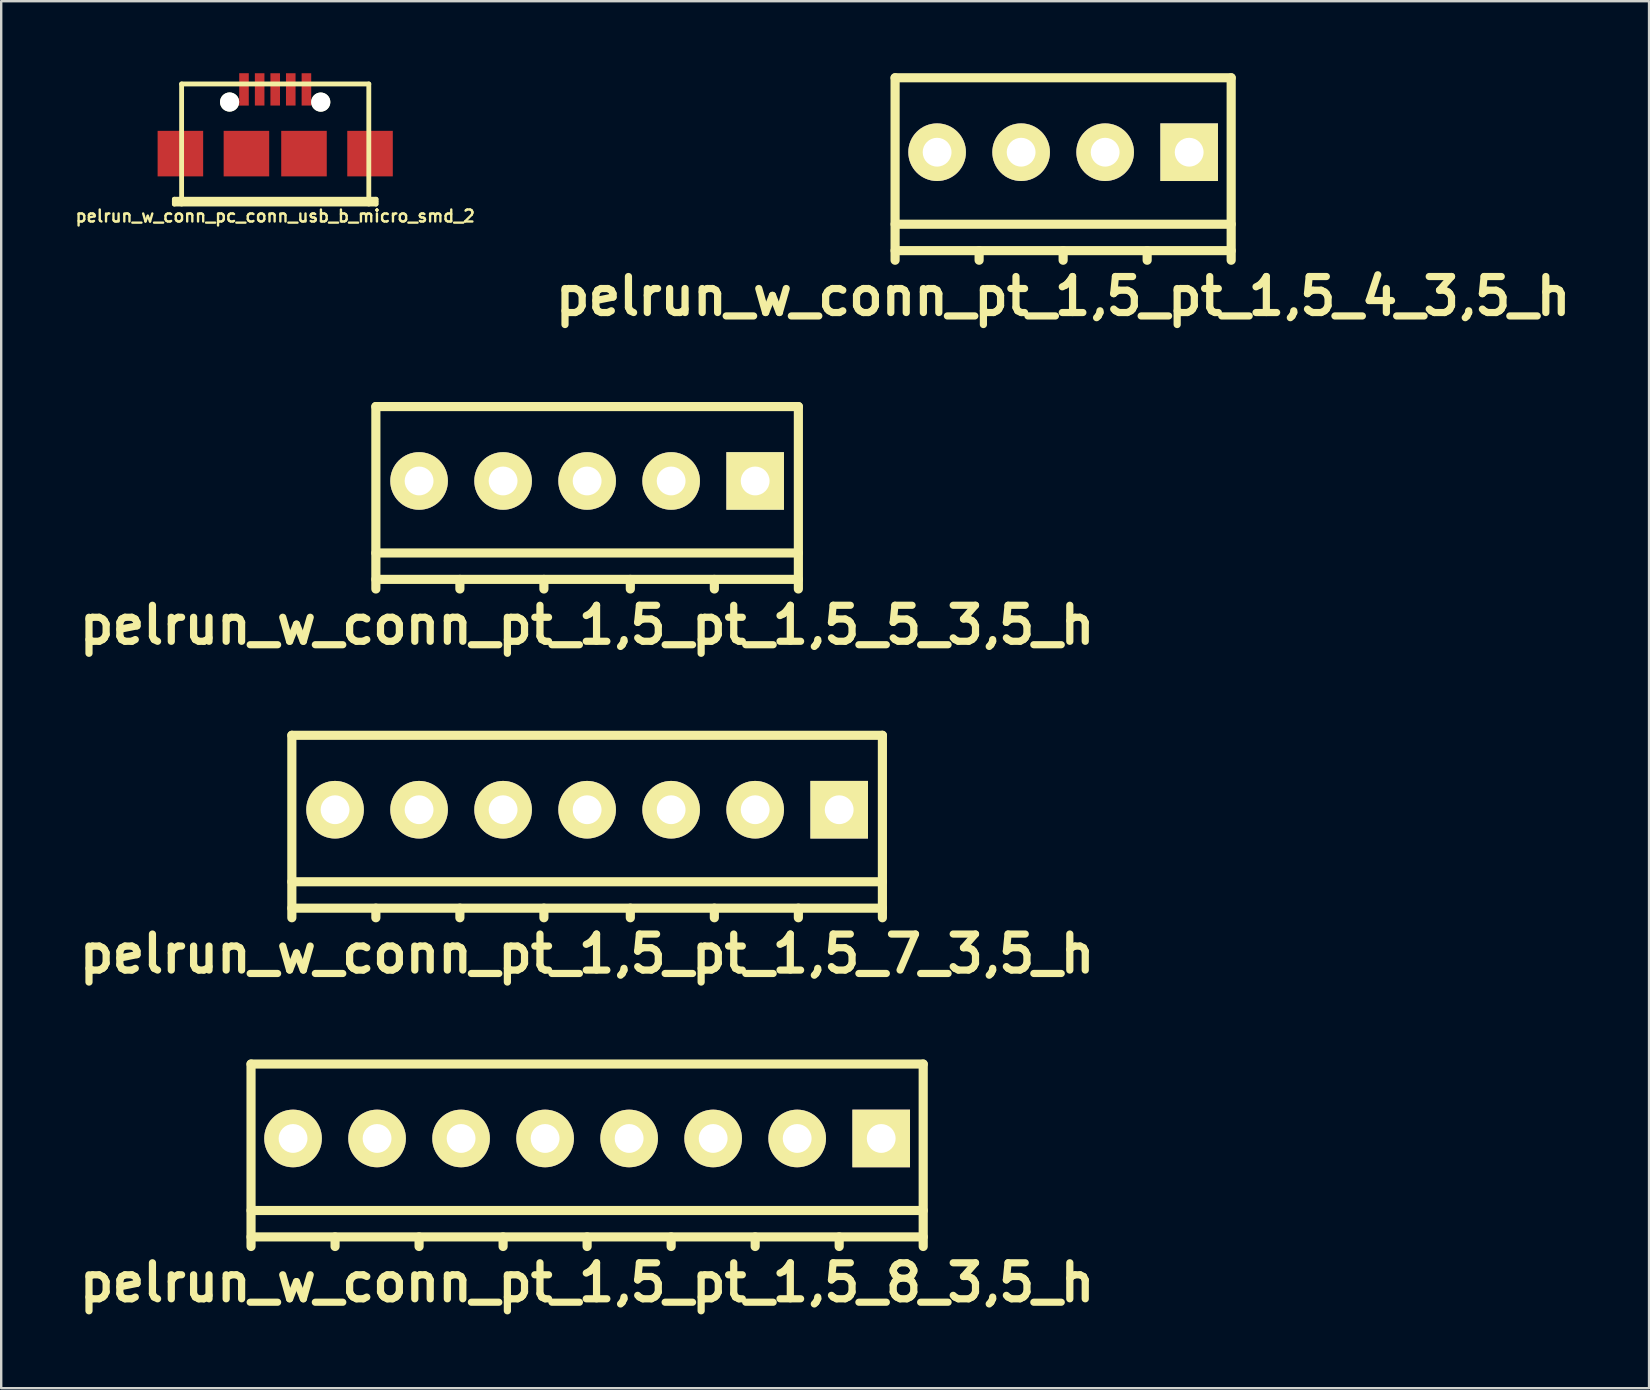
<source format=kicad_pcb>
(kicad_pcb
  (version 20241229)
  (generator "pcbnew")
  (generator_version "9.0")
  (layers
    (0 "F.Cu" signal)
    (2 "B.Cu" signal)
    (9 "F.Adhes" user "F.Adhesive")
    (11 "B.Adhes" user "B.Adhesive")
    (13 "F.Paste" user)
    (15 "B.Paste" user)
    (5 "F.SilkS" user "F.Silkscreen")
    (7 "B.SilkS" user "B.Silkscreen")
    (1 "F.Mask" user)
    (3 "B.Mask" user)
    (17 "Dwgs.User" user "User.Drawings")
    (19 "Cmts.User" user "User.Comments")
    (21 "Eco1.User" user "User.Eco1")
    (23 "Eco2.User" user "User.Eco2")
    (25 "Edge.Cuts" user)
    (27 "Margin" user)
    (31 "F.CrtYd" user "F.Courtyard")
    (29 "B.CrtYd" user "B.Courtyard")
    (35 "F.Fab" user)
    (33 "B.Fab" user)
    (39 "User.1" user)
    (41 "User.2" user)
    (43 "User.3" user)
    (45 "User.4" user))
  (footprint "pelrun_w_conn_pt_1,5_pt_1,5_8_3,5_h"
    (layer "F.Cu")
    (at 21.407 45.074)
    (property "Reference" "pelrun_w_conn_pt_1,5_pt_1,5_8_3,5_h" (at 0 5.3 0) (layer "F.SilkS") (effects (font (size 1.5 1.5) (thickness 0.3))))
    (attr through_hole)
    (fp_line (start -14 -3.8) (end -14 3.8) (stroke (width 0.381) (type solid)) (layer "F.SilkS"))
    (fp_line (start -14 2.3) (end 14 2.3) (stroke (width 0.381) (type solid)) (layer "F.SilkS"))
    (fp_line (start -14 3.4) (end 14 3.4) (stroke (width 0.381) (type solid)) (layer "F.SilkS"))
    (fp_line (start -10.5 3.4) (end -10.5 3.8) (stroke (width 0.381) (type solid)) (layer "F.SilkS"))
    (fp_line (start -7 3.4) (end -7 3.8) (stroke (width 0.381) (type solid)) (layer "F.SilkS"))
    (fp_line (start -3.5 3.4) (end -3.5 3.8) (stroke (width 0.381) (type solid)) (layer "F.SilkS"))
    (fp_line (start 0 3.4) (end 0 3.8) (stroke (width 0.381) (type solid)) (layer "F.SilkS"))
    (fp_line (start 3.5 3.4) (end 3.5 3.8) (stroke (width 0.381) (type solid)) (layer "F.SilkS"))
    (fp_line (start 7 3.4) (end 7 3.8) (stroke (width 0.381) (type solid)) (layer "F.SilkS"))
    (fp_line (start 10.5 3.4) (end 10.5 3.8) (stroke (width 0.381) (type solid)) (layer "F.SilkS"))
    (fp_line (start 14 -3.8) (end -14 -3.8) (stroke (width 0.381) (type solid)) (layer "F.SilkS"))
    (fp_line (start 14 3.8) (end 14 -3.8) (stroke (width 0.381) (type solid)) (layer "F.SilkS"))
    (pad "1" thru_hole rect (at 12.25 -0.7) (size 2.4 2.4) (drill 1.2) (layers "*.Cu" "*.Mask" "F.SilkS"))
    (pad "2" thru_hole circle (at 8.75 -0.7) (size 2.4 2.4) (drill 1.2) (layers "*.Cu" "*.Mask" "F.SilkS"))
    (pad "3" thru_hole circle (at 5.25 -0.7) (size 2.4 2.4) (drill 1.2) (layers "*.Cu" "*.Mask" "F.SilkS"))
    (pad "4" thru_hole circle (at 1.75 -0.7) (size 2.4 2.4) (drill 1.2) (layers "*.Cu" "*.Mask" "F.SilkS"))
    (pad "5" thru_hole circle (at -1.75 -0.7) (size 2.4 2.4) (drill 1.2) (layers "*.Cu" "*.Mask" "F.SilkS"))
    (pad "6" thru_hole circle (at -5.25 -0.7) (size 2.4 2.4) (drill 1.2) (layers "*.Cu" "*.Mask" "F.SilkS"))
    (pad "7" thru_hole circle (at -8.75 -0.7) (size 2.4 2.4) (drill 1.2) (layers "*.Cu" "*.Mask" "F.SilkS"))
    (pad "8" thru_hole circle (at -12.25 -0.7) (size 2.4 2.4) (drill 1.2) (layers "*.Cu" "*.Mask" "F.SilkS")))
  (footprint "pelrun_w_conn_pt_1,5_pt_1,5_5_3,5_h"
    (layer "F.Cu")
    (at 21.407 17.685)
    (property "Reference" "pelrun_w_conn_pt_1,5_pt_1,5_5_3,5_h" (at 0 5.3 0) (layer "F.SilkS") (effects (font (size 1.5 1.5) (thickness 0.3))))
    (attr through_hole)
    (fp_line (start -8.8 -3.8) (end -8.8 3.8) (stroke (width 0.381) (type solid)) (layer "F.SilkS"))
    (fp_line (start -8.8 2.3) (end 8.8 2.3) (stroke (width 0.381) (type solid)) (layer "F.SilkS"))
    (fp_line (start -8.8 3.4) (end 8.8 3.4) (stroke (width 0.381) (type solid)) (layer "F.SilkS"))
    (fp_line (start -5.3 3.4) (end -5.3 3.8) (stroke (width 0.381) (type solid)) (layer "F.SilkS"))
    (fp_line (start -1.8 3.4) (end -1.8 3.8) (stroke (width 0.381) (type solid)) (layer "F.SilkS"))
    (fp_line (start 1.8 3.4) (end 1.8 3.8) (stroke (width 0.381) (type solid)) (layer "F.SilkS"))
    (fp_line (start 5.3 3.4) (end 5.3 3.8) (stroke (width 0.381) (type solid)) (layer "F.SilkS"))
    (fp_line (start 8.8 -3.8) (end -8.8 -3.8) (stroke (width 0.381) (type solid)) (layer "F.SilkS"))
    (fp_line (start 8.8 3.8) (end 8.8 -3.8) (stroke (width 0.381) (type solid)) (layer "F.SilkS"))
    (pad "1" thru_hole rect (at 7 -0.7) (size 2.4 2.4) (drill 1.2) (layers "*.Cu" "*.Mask" "F.SilkS"))
    (pad "2" thru_hole circle (at 3.5 -0.7) (size 2.4 2.4) (drill 1.2) (layers "*.Cu" "*.Mask" "F.SilkS"))
    (pad "3" thru_hole circle (at 0 -0.7) (size 2.4 2.4) (drill 1.2) (layers "*.Cu" "*.Mask" "F.SilkS"))
    (pad "4" thru_hole circle (at -3.5 -0.7) (size 2.4 2.4) (drill 1.2) (layers "*.Cu" "*.Mask" "F.SilkS"))
    (pad "5" thru_hole circle (at -7 -0.7) (size 2.4 2.4) (drill 1.2) (layers "*.Cu" "*.Mask" "F.SilkS")))
  (footprint "pelrun_w_conn_pc_conn_usb_b_micro_smd_2"
    (layer "F.Cu")
    (at 8.414 3.349)
    (property "Reference" "pelrun_w_conn_pc_conn_usb_b_micro_smd_2" (at 0 2.601 0) (layer "F.SilkS") (effects (font (size 0.5 0.5) (thickness 0.099))))
    (attr through_hole)
    (fp_line (start -4.201 1.9) (end -4.201 2.101) (stroke (width 0.201) (type solid)) (layer "F.SilkS"))
    (fp_line (start -4.201 1.999) (end 4.201 1.999) (stroke (width 0.201) (type solid)) (layer "F.SilkS"))
    (fp_line (start -4.201 2.101) (end 4.201 2.101) (stroke (width 0.201) (type solid)) (layer "F.SilkS"))
    (fp_line (start -3.899 -2.901) (end 3.899 -2.901) (stroke (width 0.201) (type solid)) (layer "F.SilkS"))
    (fp_line (start -3.899 2.101) (end -3.899 -2.901) (stroke (width 0.201) (type solid)) (layer "F.SilkS"))
    (fp_line (start 3.899 -2.901) (end 3.899 2.101) (stroke (width 0.201) (type solid)) (layer "F.SilkS"))
    (fp_line (start 4.201 1.9) (end -4.201 1.9) (stroke (width 0.201) (type solid)) (layer "F.SilkS"))
    (fp_line (start 4.201 2.101) (end 4.201 1.9) (stroke (width 0.201) (type solid)) (layer "F.SilkS"))
    (pad "" smd rect (at -3.95 0) (size 1.897 1.897) (layers "F.Cu" "F.Mask" "F.Paste"))
    (pad "" np_thru_hole circle (at -1.9 -2.149) (size 0.798 0.798) (drill 0.798) (layers "*.Cu" "*.Mask" "F.SilkS"))
    (pad "" smd rect (at -1.199 0) (size 1.897 1.897) (layers "F.Cu" "F.Mask" "F.Paste"))
    (pad "" smd rect (at 1.199 0) (size 1.897 1.897) (layers "F.Cu" "F.Mask" "F.Paste"))
    (pad "" np_thru_hole circle (at 1.897 -2.146) (size 0.798 0.798) (drill 0.798) (layers "*.Cu" "*.Mask" "F.SilkS"))
    (pad "" smd rect (at 3.95 0) (size 1.897 1.897) (layers "F.Cu" "F.Mask" "F.Paste"))
    (pad "1" smd rect (at -1.3 -2.675) (size 0.399 1.349) (layers "F.Cu" "F.Mask" "F.Paste"))
    (pad "2" smd rect (at -0.648 -2.675) (size 0.399 1.346) (layers "F.Cu" "F.Mask" "F.Paste"))
    (pad "3" smd rect (at 0 -2.675) (size 0.399 1.346) (layers "F.Cu" "F.Mask" "F.Paste"))
    (pad "4" smd rect (at 0.648 -2.675) (size 0.399 1.346) (layers "F.Cu" "F.Mask" "F.Paste"))
    (pad "5" smd rect (at 1.3 -2.675) (size 0.399 1.346) (layers "F.Cu" "F.Mask" "F.Paste")))
  (footprint "pelrun_w_conn_pt_1,5_pt_1,5_4_3,5_h"
    (layer "F.Cu")
    (at 41.236 3.99)
    (property "Reference" "pelrun_w_conn_pt_1,5_pt_1,5_4_3,5_h" (at 0 5.3 0) (layer "F.SilkS") (effects (font (size 1.5 1.5) (thickness 0.3))))
    (attr through_hole)
    (fp_line (start -7 -3.8) (end -7 3.8) (stroke (width 0.381) (type solid)) (layer "F.SilkS"))
    (fp_line (start -7 2.3) (end 7 2.3) (stroke (width 0.381) (type solid)) (layer "F.SilkS"))
    (fp_line (start -7 3.4) (end 7 3.4) (stroke (width 0.381) (type solid)) (layer "F.SilkS"))
    (fp_line (start -3.5 3.4) (end -3.5 3.8) (stroke (width 0.381) (type solid)) (layer "F.SilkS"))
    (fp_line (start 0 3.4) (end 0 3.8) (stroke (width 0.381) (type solid)) (layer "F.SilkS"))
    (fp_line (start 3.5 3.4) (end 3.5 3.8) (stroke (width 0.381) (type solid)) (layer "F.SilkS"))
    (fp_line (start 7 -3.8) (end -7 -3.8) (stroke (width 0.381) (type solid)) (layer "F.SilkS"))
    (fp_line (start 7 3.8) (end 7 -3.8) (stroke (width 0.381) (type solid)) (layer "F.SilkS"))
    (pad "1" thru_hole rect (at 5.25 -0.7) (size 2.4 2.4) (drill 1.2) (layers "*.Cu" "*.Mask" "F.SilkS"))
    (pad "2" thru_hole circle (at 1.75 -0.7) (size 2.4 2.4) (drill 1.2) (layers "*.Cu" "*.Mask" "F.SilkS"))
    (pad "3" thru_hole circle (at -1.75 -0.7) (size 2.4 2.4) (drill 1.2) (layers "*.Cu" "*.Mask" "F.SilkS"))
    (pad "4" thru_hole circle (at -5.25 -0.7) (size 2.4 2.4) (drill 1.2) (layers "*.Cu" "*.Mask" "F.SilkS")))
  (footprint "pelrun_w_conn_pt_1,5_pt_1,5_7_3,5_h"
    (layer "F.Cu")
    (at 21.407 31.38)
    (property "Reference" "pelrun_w_conn_pt_1,5_pt_1,5_7_3,5_h" (at 0 5.3 0) (layer "F.SilkS") (effects (font (size 1.5 1.5) (thickness 0.3))))
    (attr through_hole)
    (fp_line (start -12.3 -3.8) (end -12.3 3.8) (stroke (width 0.381) (type solid)) (layer "F.SilkS"))
    (fp_line (start -12.3 2.3) (end 12.3 2.3) (stroke (width 0.381) (type solid)) (layer "F.SilkS"))
    (fp_line (start -12.3 3.4) (end 12.3 3.4) (stroke (width 0.381) (type solid)) (layer "F.SilkS"))
    (fp_line (start -8.8 3.4) (end -8.8 3.8) (stroke (width 0.381) (type solid)) (layer "F.SilkS"))
    (fp_line (start -5.3 3.4) (end -5.3 3.8) (stroke (width 0.381) (type solid)) (layer "F.SilkS"))
    (fp_line (start -1.8 3.4) (end -1.8 3.8) (stroke (width 0.381) (type solid)) (layer "F.SilkS"))
    (fp_line (start 1.8 3.4) (end 1.8 3.8) (stroke (width 0.381) (type solid)) (layer "F.SilkS"))
    (fp_line (start 5.3 3.4) (end 5.3 3.8) (stroke (width 0.381) (type solid)) (layer "F.SilkS"))
    (fp_line (start 8.8 3.4) (end 8.8 3.8) (stroke (width 0.381) (type solid)) (layer "F.SilkS"))
    (fp_line (start 12.3 -3.8) (end -12.3 -3.8) (stroke (width 0.381) (type solid)) (layer "F.SilkS"))
    (fp_line (start 12.3 3.8) (end 12.3 -3.8) (stroke (width 0.381) (type solid)) (layer "F.SilkS"))
    (pad "1" thru_hole rect (at 10.5 -0.7) (size 2.4 2.4) (drill 1.2) (layers "*.Cu" "*.Mask" "F.SilkS"))
    (pad "2" thru_hole circle (at 7 -0.7) (size 2.4 2.4) (drill 1.2) (layers "*.Cu" "*.Mask" "F.SilkS"))
    (pad "3" thru_hole circle (at 3.5 -0.7) (size 2.4 2.4) (drill 1.2) (layers "*.Cu" "*.Mask" "F.SilkS"))
    (pad "4" thru_hole circle (at 0 -0.7) (size 2.4 2.4) (drill 1.2) (layers "*.Cu" "*.Mask" "F.SilkS"))
    (pad "5" thru_hole circle (at -3.5 -0.7) (size 2.4 2.4) (drill 1.2) (layers "*.Cu" "*.Mask" "F.SilkS"))
    (pad "6" thru_hole circle (at -7 -0.7) (size 2.4 2.4) (drill 1.2) (layers "*.Cu" "*.Mask" "F.SilkS"))
    (pad "7" thru_hole circle (at -10.5 -0.7) (size 2.4 2.4) (drill 1.2) (layers "*.Cu" "*.Mask" "F.SilkS")))
  (gr_rect
    (start -3 -3)
    (end 65.643 54.778)
    (stroke (width 0.1) (type default))
    (fill no)
    (layer "Edge.Cuts")))
</source>
